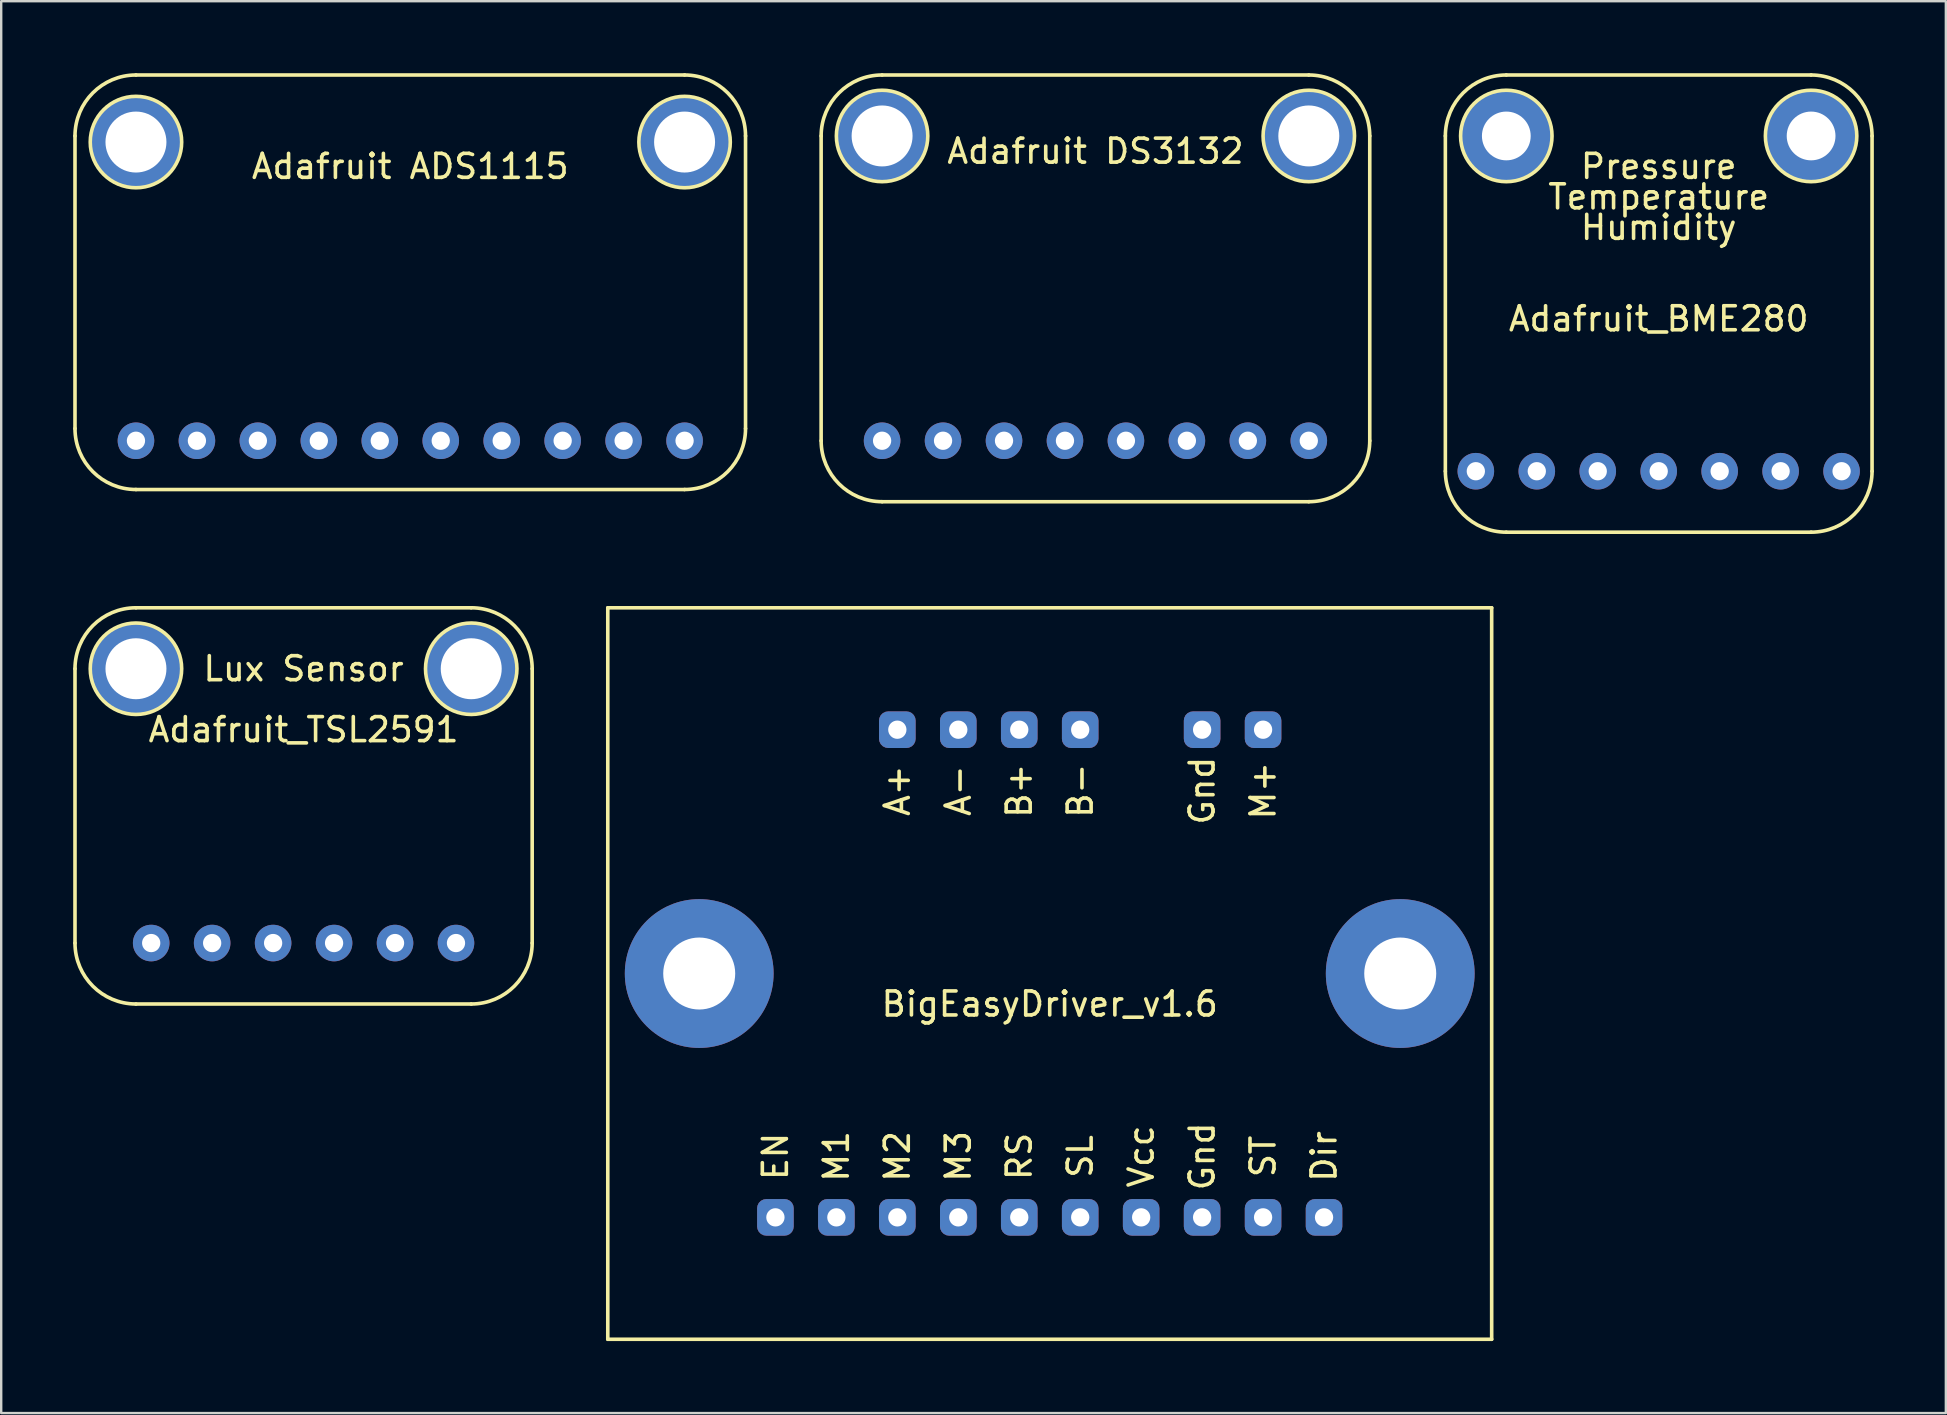
<source format=kicad_pcb>
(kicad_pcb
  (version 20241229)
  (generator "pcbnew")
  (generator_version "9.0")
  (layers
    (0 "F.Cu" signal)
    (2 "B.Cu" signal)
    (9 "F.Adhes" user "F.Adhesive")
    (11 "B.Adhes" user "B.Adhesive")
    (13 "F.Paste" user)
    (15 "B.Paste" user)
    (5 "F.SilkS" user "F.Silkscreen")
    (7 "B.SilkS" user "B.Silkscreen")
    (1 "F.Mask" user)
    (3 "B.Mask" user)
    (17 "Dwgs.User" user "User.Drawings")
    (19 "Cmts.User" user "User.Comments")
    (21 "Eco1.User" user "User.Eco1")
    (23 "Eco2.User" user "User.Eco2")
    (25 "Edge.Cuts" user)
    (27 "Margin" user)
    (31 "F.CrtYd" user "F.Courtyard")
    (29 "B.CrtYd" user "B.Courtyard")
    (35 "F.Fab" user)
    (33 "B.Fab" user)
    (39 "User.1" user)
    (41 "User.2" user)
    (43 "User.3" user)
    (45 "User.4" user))
  (footprint "Adafruit_BME280"
    (layer "F.Cu")
    (at 66.065 16.585)
    (property "Reference" "Adafruit_BME280" (at 0 -6.35 0) (layer "F.SilkS") (effects (font (size 1 1) (thickness 0.15))))
    (attr through_hole)
    (fp_line (start -8.89 0) (end -8.89 -13.97) (stroke (width 0.15) (type solid)) (layer "F.SilkS"))
    (fp_line (start -6.35 -16.51) (end 6.35 -16.51) (stroke (width 0.15) (type solid)) (layer "F.SilkS"))
    (fp_line (start -6.35 2.54) (end 6.35 2.54) (stroke (width 0.15) (type solid)) (layer "F.SilkS"))
    (fp_line (start 8.89 -13.97) (end 8.89 0) (stroke (width 0.15) (type solid)) (layer "F.SilkS"))
    (fp_arc (start -8.89 -13.97) (mid -8.146051 -15.766051) (end -6.35 -16.51) (stroke (width 0.15) (type solid)) (layer "F.SilkS"))
    (fp_arc (start -6.35 2.54) (mid -8.146051 1.796051) (end -8.89 0) (stroke (width 0.15) (type solid)) (layer "F.SilkS"))
    (fp_arc (start 6.35 -16.51) (mid 8.146051 -15.766051) (end 8.89 -13.97) (stroke (width 0.15) (type solid)) (layer "F.SilkS"))
    (fp_arc (start 8.89 0) (mid 8.146051 1.796051) (end 6.35 2.54) (stroke (width 0.15) (type solid)) (layer "F.SilkS"))
    (fp_circle (center -6.35 -13.97) (end -6.35 -12.065) (stroke (width 0.15) (type solid)) (fill no) (layer "F.SilkS"))
    (fp_circle (center 6.35 -13.97) (end 6.35 -12.065) (stroke (width 0.15) (type solid)) (fill no) (layer "F.SilkS"))
    (fp_text user "Pressure" (at 0 -12.7 0) (layer "F.SilkS") (effects (font (size 1 1) (thickness 0.15))))
    (fp_text user "Temperature" (at 0 -11.43 0) (layer "F.SilkS") (effects (font (size 1 1) (thickness 0.15))))
    (fp_text user "Humidity" (at 0 -10.16 0) (layer "F.SilkS") (effects (font (size 1 1) (thickness 0.15))))
    (pad "" np_thru_hole circle (at -6.35 -13.97) (size 3.81 3.81) (drill 2.032) (layers "*.Cu" "*.Mask"))
    (pad "" np_thru_hole circle (at 6.35 -13.97) (size 3.81 3.81) (drill 2.032) (layers "*.Cu" "*.Mask"))
    (pad "1" thru_hole circle (at -7.62 0) (size 1.524 1.524) (drill 0.762) (layers "*.Cu" "*.Mask"))
    (pad "2" thru_hole circle (at -5.08 0) (size 1.524 1.524) (drill 0.762) (layers "*.Cu" "*.Mask"))
    (pad "3" thru_hole circle (at -2.54 0) (size 1.524 1.524) (drill 0.762) (layers "*.Cu" "*.Mask"))
    (pad "4" thru_hole circle (at 0 0) (size 1.524 1.524) (drill 0.762) (layers "*.Cu" "*.Mask"))
    (pad "5" thru_hole circle (at 2.54 0) (size 1.524 1.524) (drill 0.762) (layers "*.Cu" "*.Mask"))
    (pad "6" thru_hole circle (at 5.08 0) (size 1.524 1.524) (drill 0.762) (layers "*.Cu" "*.Mask"))
    (pad "7" thru_hole circle (at 7.62 0) (size 1.524 1.524) (drill 0.762) (layers "*.Cu" "*.Mask")))
  (footprint "Adafruit ADS1115"
    (layer "F.Cu")
    (at 14.045 15.315)
    (property "Reference" "Adafruit ADS1115" (at 0 -11.43 0) (layer "F.SilkS") (effects (font (size 1 1) (thickness 0.15))))
    (attr through_hole)
    (fp_line (start -13.97 -12.7) (end -13.97 -0.508) (stroke (width 0.15) (type solid)) (layer "F.SilkS"))
    (fp_line (start -11.43 2.032) (end 11.43 2.032) (stroke (width 0.15) (type solid)) (layer "F.SilkS"))
    (fp_line (start 11.43 -15.24) (end -11.43 -15.24) (stroke (width 0.15) (type solid)) (layer "F.SilkS"))
    (fp_line (start 13.97 -0.508) (end 13.97 -12.7) (stroke (width 0.15) (type solid)) (layer "F.SilkS"))
    (fp_arc (start -13.97 -12.7) (mid -13.226051 -14.496051) (end -11.43 -15.24) (stroke (width 0.15) (type solid)) (layer "F.SilkS"))
    (fp_arc (start -11.43 2.032) (mid -13.226051 1.288051) (end -13.97 -0.508) (stroke (width 0.15) (type solid)) (layer "F.SilkS"))
    (fp_arc (start 11.43 -15.24) (mid 13.226051 -14.496051) (end 13.97 -12.7) (stroke (width 0.15) (type solid)) (layer "F.SilkS"))
    (fp_arc (start 13.97 -0.508) (mid 13.226051 1.288051) (end 11.43 2.032) (stroke (width 0.15) (type solid)) (layer "F.SilkS"))
    (fp_circle (center -11.43 -12.446) (end -11.43 -10.541) (stroke (width 0.15) (type solid)) (fill no) (layer "F.SilkS"))
    (fp_circle (center 11.43 -12.446) (end 11.43 -10.541) (stroke (width 0.15) (type solid)) (fill no) (layer "F.SilkS"))
    (pad "" np_thru_hole circle (at -11.43 -12.446) (size 3.81 3.81) (drill 2.54) (layers "*.Cu" "*.Mask"))
    (pad "" np_thru_hole circle (at 11.43 -12.446) (size 3.81 3.81) (drill 2.54) (layers "*.Cu" "*.Mask"))
    (pad "1" thru_hole circle (at -11.43 0) (size 1.524 1.524) (drill 0.762) (layers "*.Cu" "*.Mask"))
    (pad "2" thru_hole circle (at -8.89 0) (size 1.524 1.524) (drill 0.762) (layers "*.Cu" "*.Mask"))
    (pad "3" thru_hole circle (at -6.35 0) (size 1.524 1.524) (drill 0.762) (layers "*.Cu" "*.Mask"))
    (pad "4" thru_hole circle (at -3.81 0) (size 1.524 1.524) (drill 0.762) (layers "*.Cu" "*.Mask"))
    (pad "5" thru_hole circle (at -1.27 0) (size 1.524 1.524) (drill 0.762) (layers "*.Cu" "*.Mask"))
    (pad "6" thru_hole circle (at 1.27 0) (size 1.524 1.524) (drill 0.762) (layers "*.Cu" "*.Mask"))
    (pad "7" thru_hole circle (at 3.81 0) (size 1.524 1.524) (drill 0.762) (layers "*.Cu" "*.Mask"))
    (pad "8" thru_hole circle (at 6.35 0) (size 1.524 1.524) (drill 0.762) (layers "*.Cu" "*.Mask"))
    (pad "9" thru_hole circle (at 8.89 0) (size 1.524 1.524) (drill 0.762) (layers "*.Cu" "*.Mask"))
    (pad "10" thru_hole circle (at 11.43 0) (size 1.524 1.524) (drill 0.762) (layers "*.Cu" "*.Mask")))
  (footprint "Adafruit_TSL2591"
    (layer "F.Cu")
    (at 9.6 29.895)
    (property "Reference" "Adafruit_TSL2591" (at 0 -2.54 0) (layer "F.SilkS") (effects (font (size 1 1) (thickness 0.15))))
    (attr through_hole)
    (fp_line (start -9.525 6.35) (end -9.525 -5.08) (stroke (width 0.15) (type solid)) (layer "F.SilkS"))
    (fp_line (start -6.985 -7.62) (end 6.985 -7.62) (stroke (width 0.15) (type solid)) (layer "F.SilkS"))
    (fp_line (start -6.985 8.89) (end 6.985 8.89) (stroke (width 0.15) (type solid)) (layer "F.SilkS"))
    (fp_line (start 9.525 6.35) (end 9.525 -5.08) (stroke (width 0.15) (type solid)) (layer "F.SilkS"))
    (fp_arc (start -9.525 -5.08) (mid -8.781051 -6.876051) (end -6.985 -7.62) (stroke (width 0.15) (type solid)) (layer "F.SilkS"))
    (fp_arc (start -6.985 8.89) (mid -8.781051 8.146051) (end -9.525 6.35) (stroke (width 0.15) (type solid)) (layer "F.SilkS"))
    (fp_arc (start 6.985 -7.62) (mid 8.781051 -6.876051) (end 9.525 -5.08) (stroke (width 0.15) (type solid)) (layer "F.SilkS"))
    (fp_arc (start 9.525 6.35) (mid 8.781051 8.146051) (end 6.985 8.89) (stroke (width 0.15) (type solid)) (layer "F.SilkS"))
    (fp_circle (center -6.985 -5.08) (end -5.08 -5.08) (stroke (width 0.15) (type solid)) (fill no) (layer "F.SilkS"))
    (fp_circle (center 6.985 -5.08) (end 8.89 -5.08) (stroke (width 0.15) (type solid)) (fill no) (layer "F.SilkS"))
    (fp_text user "Lux Sensor" (at 0 -5.08 0) (layer "F.SilkS") (effects (font (size 1 1) (thickness 0.15))))
    (pad "" np_thru_hole circle (at -6.985 -5.08) (size 3.81 3.81) (drill 2.54) (layers "*.Cu" "*.Mask"))
    (pad "" np_thru_hole circle (at 6.985 -5.08) (size 3.81 3.81) (drill 2.54) (layers "*.Cu" "*.Mask"))
    (pad "1" thru_hole circle (at -6.35 6.35) (size 1.524 1.524) (drill 0.762) (layers "*.Cu" "*.Mask"))
    (pad "2" thru_hole circle (at -3.81 6.35) (size 1.524 1.524) (drill 0.762) (layers "*.Cu" "*.Mask"))
    (pad "3" thru_hole circle (at -1.27 6.35) (size 1.524 1.524) (drill 0.762) (layers "*.Cu" "*.Mask"))
    (pad "4" thru_hole circle (at 1.27 6.35) (size 1.524 1.524) (drill 0.762) (layers "*.Cu" "*.Mask"))
    (pad "5" thru_hole circle (at 3.81 6.35) (size 1.524 1.524) (drill 0.762) (layers "*.Cu" "*.Mask"))
    (pad "6" thru_hole circle (at 6.35 6.35) (size 1.524 1.524) (drill 0.762) (layers "*.Cu" "*.Mask")))
  (footprint "BigEasyDriver_v1.6"
    (layer "F.Cu")
    (at 40.69 37.515)
    (property "Reference" "BigEasyDriver_v1.6" (at 0 1.27 0) (layer "F.SilkS") (effects (font (size 1 1) (thickness 0.15))))
    (attr through_hole)
    (fp_line (start -18.415 -15.24) (end -18.415 15.24) (stroke (width 0.15) (type solid)) (layer "F.SilkS"))
    (fp_line (start -18.415 -15.24) (end 18.415 -15.24) (stroke (width 0.15) (type solid)) (layer "F.SilkS"))
    (fp_line (start 18.415 -15.24) (end 18.415 15.24) (stroke (width 0.15) (type solid)) (layer "F.SilkS"))
    (fp_line (start 18.415 15.24) (end -18.415 15.24) (stroke (width 0.15) (type solid)) (layer "F.SilkS"))
    (fp_circle (center -14.605 0) (end -14.605 1.27) (stroke (width 0.15) (type solid)) (fill no) (layer "F.SilkS"))
    (fp_circle (center 14.605 0) (end 14.605 1.27) (stroke (width 0.15) (type solid)) (fill no) (layer "F.SilkS"))
    (fp_text user "M2" (at -6.35 7.62 90) (layer "F.SilkS") (effects (font (size 1 1) (thickness 0.15))))
    (fp_text user "ST" (at 8.89 7.62 90) (layer "F.SilkS") (effects (font (size 1 1) (thickness 0.15))))
    (fp_text user "M3" (at -3.81 7.62 90) (layer "F.SilkS") (effects (font (size 1 1) (thickness 0.15))))
    (fp_text user "B+" (at -1.27 -7.62 90) (layer "F.SilkS") (effects (font (size 1 1) (thickness 0.15))))
    (fp_text user "Gnd" (at 6.35 -7.62 90) (layer "F.SilkS") (effects (font (size 1 1) (thickness 0.15))))
    (fp_text user "A-" (at -3.81 -7.62 90) (layer "F.SilkS") (effects (font (size 1 1) (thickness 0.15))))
    (fp_text user "M+" (at 8.89 -7.62 90) (layer "F.SilkS") (effects (font (size 1 1) (thickness 0.15))))
    (fp_text user "RS" (at -1.27 7.62 90) (layer "F.SilkS") (effects (font (size 1 1) (thickness 0.15))))
    (fp_text user "Dir" (at 11.43 7.62 90) (layer "F.SilkS") (effects (font (size 1 1) (thickness 0.15))))
    (fp_text user "B-" (at 1.27 -7.62 90) (layer "F.SilkS") (effects (font (size 1 1) (thickness 0.15))))
    (fp_text user "Gnd" (at 6.35 7.62 90) (layer "F.SilkS") (effects (font (size 1 1) (thickness 0.15))))
    (fp_text user "A+" (at -6.35 -7.62 90) (layer "F.SilkS") (effects (font (size 1 1) (thickness 0.15))))
    (fp_text user "SL" (at 1.27 7.62 90) (layer "F.SilkS") (effects (font (size 1 1) (thickness 0.15))))
    (fp_text user "EN" (at -11.43 7.62 90) (layer "F.SilkS") (effects (font (size 1 1) (thickness 0.15))))
    (fp_text user "M1" (at -8.89 7.62 90) (layer "F.SilkS") (effects (font (size 1 1) (thickness 0.15))))
    (fp_text user "Vcc" (at 3.81 7.62 90) (layer "F.SilkS") (effects (font (size 1 1) (thickness 0.15))))
    (pad "" np_thru_hole circle (at -14.605 0) (size 6.2 6.2) (drill 3) (layers "*.Cu" "*.Mask"))
    (pad "" np_thru_hole circle (at 14.605 0) (size 6.2 6.2) (drill 3) (layers "*.Cu" "*.Mask"))
    (pad "1" thru_hole roundrect (at -11.43 10.16) (size 1.524 1.524) (drill 0.762) (layers "*.Cu" "*.Mask") (roundrect_rratio 0.25))
    (pad "2" thru_hole roundrect (at -8.89 10.16) (size 1.524 1.524) (drill 0.762) (layers "*.Cu" "*.Mask") (roundrect_rratio 0.25))
    (pad "3" thru_hole roundrect (at -6.35 10.16) (size 1.524 1.524) (drill 0.762) (layers "*.Cu" "*.Mask") (roundrect_rratio 0.25))
    (pad "4" thru_hole roundrect (at -3.81 10.16) (size 1.524 1.524) (drill 0.762) (layers "*.Cu" "*.Mask") (roundrect_rratio 0.25))
    (pad "5" thru_hole roundrect (at -1.27 10.16) (size 1.524 1.524) (drill 0.762) (layers "*.Cu" "*.Mask") (roundrect_rratio 0.25))
    (pad "6" thru_hole roundrect (at 1.27 10.16) (size 1.524 1.524) (drill 0.762) (layers "*.Cu" "*.Mask") (roundrect_rratio 0.25))
    (pad "7" thru_hole roundrect (at 3.81 10.16) (size 1.524 1.524) (drill 0.762) (layers "*.Cu" "*.Mask") (roundrect_rratio 0.25))
    (pad "8" thru_hole roundrect (at 6.35 10.16) (size 1.524 1.524) (drill 0.762) (layers "*.Cu" "*.Mask") (roundrect_rratio 0.25))
    (pad "9" thru_hole roundrect (at 8.89 10.16) (size 1.524 1.524) (drill 0.762) (layers "*.Cu" "*.Mask") (roundrect_rratio 0.25))
    (pad "10" thru_hole roundrect (at 11.43 10.16) (size 1.524 1.524) (drill 0.762) (layers "*.Cu" "*.Mask") (roundrect_rratio 0.25))
    (pad "11" thru_hole roundrect (at 8.89 -10.16) (size 1.524 1.524) (drill 0.762) (layers "*.Cu" "*.Mask") (roundrect_rratio 0.25))
    (pad "12" thru_hole roundrect (at 6.35 -10.16) (size 1.524 1.524) (drill 0.762) (layers "*.Cu" "*.Mask") (roundrect_rratio 0.25))
    (pad "13" thru_hole roundrect (at 1.27 -10.16) (size 1.524 1.524) (drill 0.762) (layers "*.Cu" "*.Mask") (roundrect_rratio 0.25))
    (pad "14" thru_hole roundrect (at -1.27 -10.16) (size 1.524 1.524) (drill 0.762) (layers "*.Cu" "*.Mask") (roundrect_rratio 0.25))
    (pad "15" thru_hole roundrect (at -3.81 -10.16) (size 1.524 1.524) (drill 0.762) (layers "*.Cu" "*.Mask") (roundrect_rratio 0.25))
    (pad "16" thru_hole roundrect (at -6.35 -10.16) (size 1.524 1.524) (drill 0.762) (layers "*.Cu" "*.Mask") (roundrect_rratio 0.25)))
  (footprint "Adafruit DS3132"
    (layer "F.Cu")
    (at 42.595 15.315)
    (property "Reference" "Adafruit DS3132" (at 0 -12.065 0) (layer "F.SilkS") (effects (font (size 1 1) (thickness 0.15))))
    (attr through_hole)
    (fp_line (start -11.43 -12.7) (end -11.43 0) (stroke (width 0.15) (type solid)) (layer "F.SilkS"))
    (fp_line (start -8.89 2.54) (end 8.89 2.54) (stroke (width 0.15) (type solid)) (layer "F.SilkS"))
    (fp_line (start 8.89 -15.24) (end -8.89 -15.24) (stroke (width 0.15) (type solid)) (layer "F.SilkS"))
    (fp_line (start 11.43 -12.7) (end 11.43 0) (stroke (width 0.15) (type solid)) (layer "F.SilkS"))
    (fp_arc (start -11.43 -12.7) (mid -10.686051 -14.496051) (end -8.89 -15.24) (stroke (width 0.15) (type solid)) (layer "F.SilkS"))
    (fp_arc (start -8.89 2.54) (mid -10.686051 1.796051) (end -11.43 0) (stroke (width 0.15) (type solid)) (layer "F.SilkS"))
    (fp_arc (start 8.89 -15.24) (mid 10.686051 -14.496051) (end 11.43 -12.7) (stroke (width 0.15) (type solid)) (layer "F.SilkS"))
    (fp_arc (start 11.43 0) (mid 10.686051 1.796051) (end 8.89 2.54) (stroke (width 0.15) (type solid)) (layer "F.SilkS"))
    (fp_circle (center -8.89 -12.7) (end -8.89 -10.795) (stroke (width 0.15) (type solid)) (fill no) (layer "F.SilkS"))
    (fp_circle (center 8.89 -12.7) (end 8.89 -10.795) (stroke (width 0.15) (type solid)) (fill no) (layer "F.SilkS"))
    (pad "" np_thru_hole circle (at -8.89 -12.7) (size 3.81 3.81) (drill 2.54) (layers "*.Cu" "*.Mask"))
    (pad "" np_thru_hole circle (at 8.89 -12.7) (size 3.81 3.81) (drill 2.54) (layers "*.Cu" "*.Mask"))
    (pad "1" thru_hole circle (at -8.89 0) (size 1.524 1.524) (drill 0.762) (layers "*.Cu" "*.Mask"))
    (pad "2" thru_hole circle (at -6.35 0) (size 1.524 1.524) (drill 0.762) (layers "*.Cu" "*.Mask"))
    (pad "3" thru_hole circle (at -3.81 0) (size 1.524 1.524) (drill 0.762) (layers "*.Cu" "*.Mask"))
    (pad "4" thru_hole circle (at -1.27 0) (size 1.524 1.524) (drill 0.762) (layers "*.Cu" "*.Mask"))
    (pad "5" thru_hole circle (at 1.27 0) (size 1.524 1.524) (drill 0.762) (layers "*.Cu" "*.Mask"))
    (pad "6" thru_hole circle (at 3.81 0) (size 1.524 1.524) (drill 0.762) (layers "*.Cu" "*.Mask"))
    (pad "7" thru_hole circle (at 6.35 0) (size 1.524 1.524) (drill 0.762) (layers "*.Cu" "*.Mask"))
    (pad "8" thru_hole circle (at 8.89 0) (size 1.524 1.524) (drill 0.762) (layers "*.Cu" "*.Mask")))
  (gr_rect
    (start -3 -3)
    (end 78.03 55.83)
    (stroke (width 0.1) (type default))
    (fill no)
    (layer "Edge.Cuts")))
</source>
